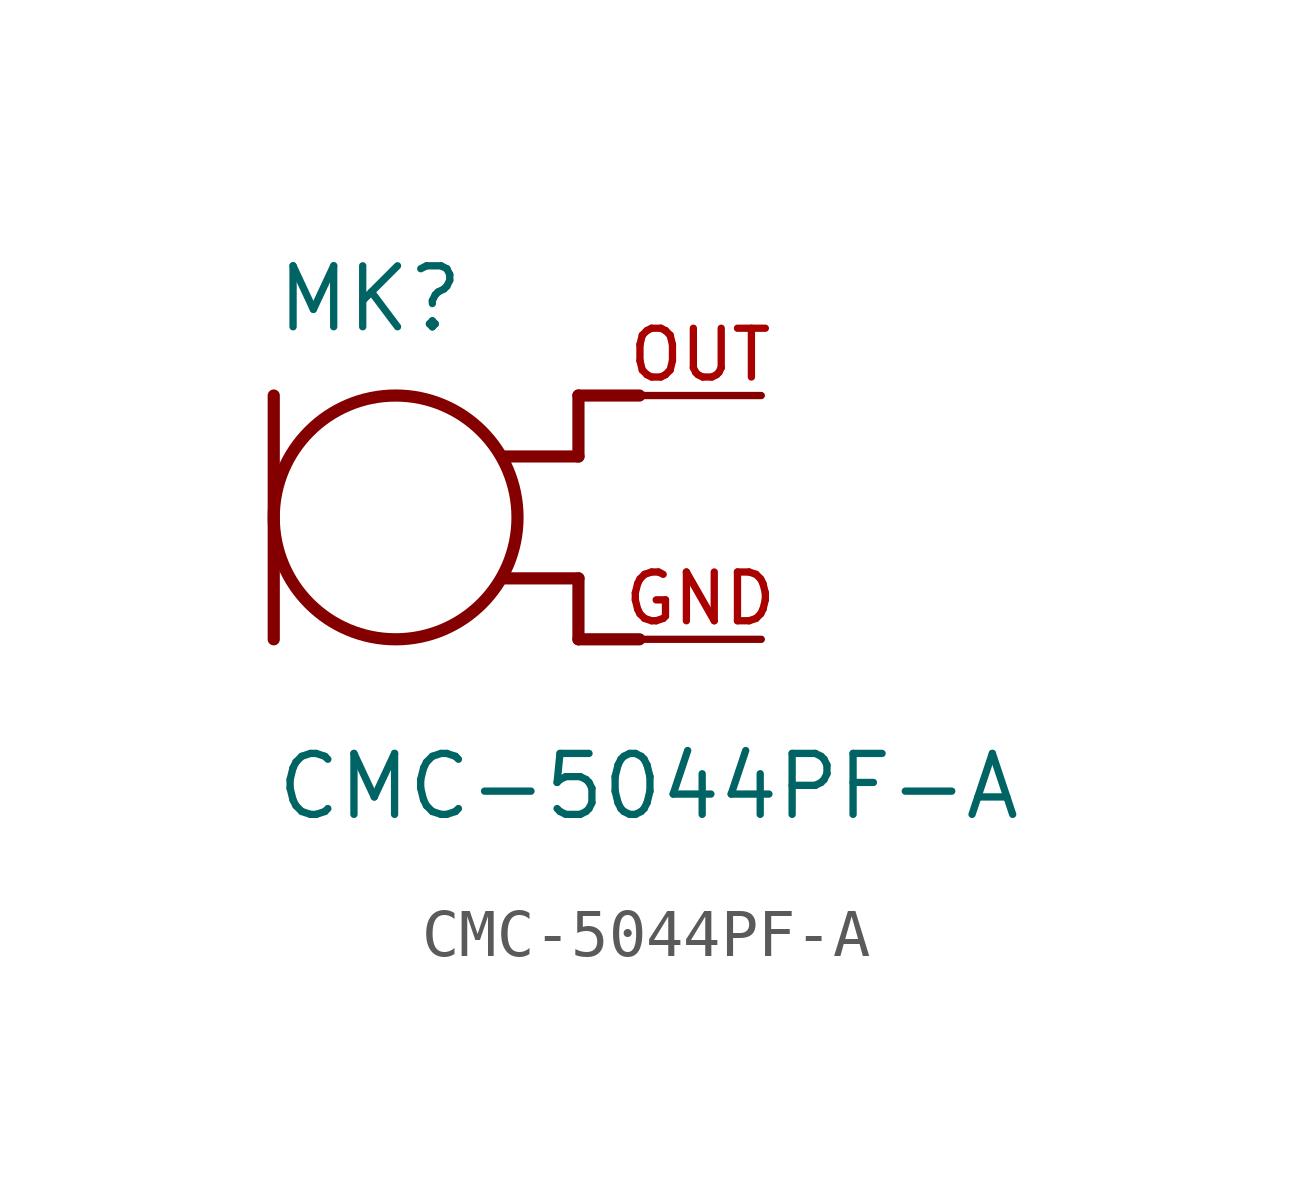
<source format=kicad_sym>
(kicad_symbol_lib
  (version 20211014)
  (generator kicad_symbol_editor)
  (symbol "CMC-5044PF-A"
    (pin_names
      (offset 1.016))
    (property "Reference" "MK"
      (at -2.54 3.81 0)
      (effects (font (size 1.27 1.27)) (justify bottom left)))
    (property "Value" "CMC-5044PF-A"
      (at -2.541 -6.352 0)
      (effects (font (size 1.27 1.27)) (justify bottom left)))
    (symbol "CMC-5044PF-A_0_0"
      (circle (center 0.0 0.0) (radius 2.54) (stroke (width 0.254)) (fill (type none)))
      (polyline (pts (xy -2.54 2.54) (xy -2.54 -2.54)) (stroke (width 0.254)))
      (polyline (pts (xy 5.08 2.54) (xy 3.81 2.54)) (stroke (width 0.254)))
      (polyline (pts (xy 3.81 2.54) (xy 3.81 1.27)) (stroke (width 0.254)))
      (polyline (pts (xy 3.81 1.27) (xy 2.235 1.27)) (stroke (width 0.254)))
      (polyline (pts (xy 5.08 -2.54) (xy 3.81 -2.54)) (stroke (width 0.254)))
      (polyline (pts (xy 3.81 -2.54) (xy 3.81 -1.27)) (stroke (width 0.254)))
      (polyline (pts (xy 3.81 -1.27) (xy 2.235 -1.27)) (stroke (width 0.254)))
      (pin output line (at 7.62 2.54 180.0) (length 2.54) (name "~" (effects (font (size 1.016 1.016)))) (number "OUT" (effects (font (size 1.016 1.016)))))
      (pin power_in line (at 7.62 -2.54 180.0) (length 2.54) (name "~" (effects (font (size 1.016 1.016)))) (number "GND" (effects (font (size 1.016 1.016))))))))
</source>
